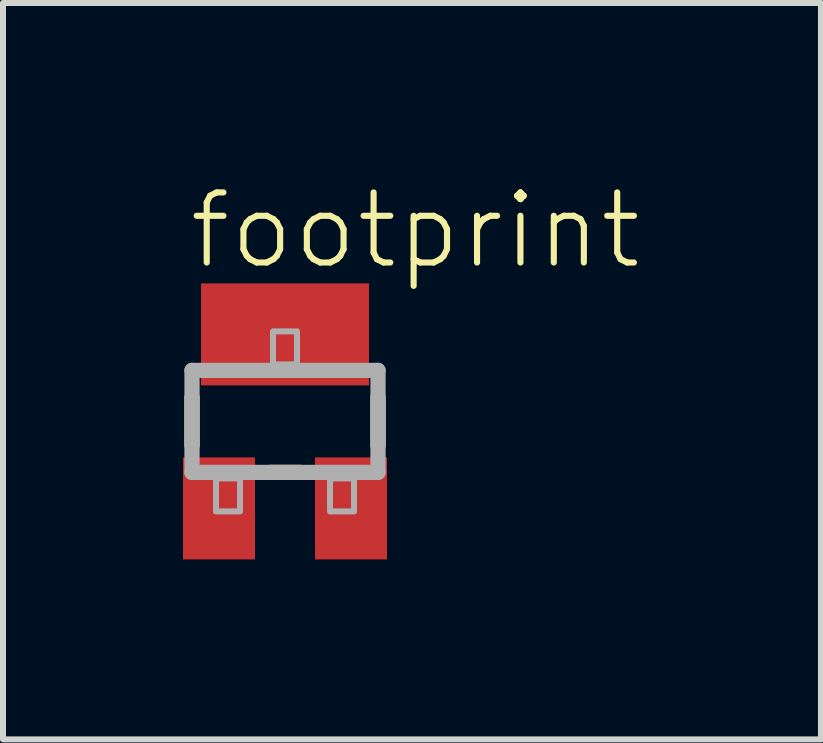
<source format=kicad_pcb>
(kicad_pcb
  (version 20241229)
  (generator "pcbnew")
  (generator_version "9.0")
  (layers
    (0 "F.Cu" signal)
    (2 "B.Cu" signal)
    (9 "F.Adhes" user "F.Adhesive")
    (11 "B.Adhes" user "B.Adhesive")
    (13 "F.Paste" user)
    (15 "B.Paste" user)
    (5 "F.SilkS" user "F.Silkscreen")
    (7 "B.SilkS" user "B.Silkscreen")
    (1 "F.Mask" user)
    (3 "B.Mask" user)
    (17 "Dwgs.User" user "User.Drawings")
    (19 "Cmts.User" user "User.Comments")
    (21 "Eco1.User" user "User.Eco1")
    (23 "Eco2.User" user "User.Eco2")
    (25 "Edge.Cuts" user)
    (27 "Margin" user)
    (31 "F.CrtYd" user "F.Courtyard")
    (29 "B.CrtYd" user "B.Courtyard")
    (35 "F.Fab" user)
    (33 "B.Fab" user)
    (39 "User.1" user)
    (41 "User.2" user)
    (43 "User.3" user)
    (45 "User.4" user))
  (footprint "footprint"
    (layer "F.Cu")
    (at 1.7 3.973)
    (property "Reference" "footprint" (at -1.65 -2.5 0) (layer "F.SilkS") (effects (font (size 1.168 1.168) (thickness 0.102)) (justify left bottom)))
    (fp_line (start -1.55 0.4) (end -1.55 -0.4) (stroke (width 0.254) (type solid)) (layer "F.SilkS"))
    (fp_line (start 0.25 0.85) (end -0.25 0.85) (stroke (width 0.254) (type solid)) (layer "F.SilkS"))
    (fp_line (start 1.55 -0.4) (end 1.55 0.4) (stroke (width 0.254) (type solid)) (layer "F.SilkS"))
    (fp_line (start -1.55 -0.85) (end 1.55 -0.85) (stroke (width 0.254) (type solid)) (layer "F.Fab"))
    (fp_line (start -1.55 0.85) (end -1.55 -0.85) (stroke (width 0.254) (type solid)) (layer "F.Fab"))
    (fp_line (start 1.55 -0.85) (end 1.55 0.85) (stroke (width 0.254) (type solid)) (layer "F.Fab"))
    (fp_line (start 1.55 0.85) (end -1.55 0.85) (stroke (width 0.254) (type solid)) (layer "F.Fab"))
    (fp_poly (pts (xy -1.15 1.5) (xy -0.75 1.5) (xy -0.75 0.95) (xy -1.15 0.95)) (stroke (width 0.1) (type solid)) (fill no) (layer "F.Fab"))
    (fp_poly (pts (xy -0.2 -0.95) (xy 0.2 -0.95) (xy 0.2 -1.5) (xy -0.2 -1.5)) (stroke (width 0.1) (type solid)) (fill no) (layer "F.Fab"))
    (fp_poly (pts (xy 0.75 1.5) (xy 1.15 1.5) (xy 1.15 0.95) (xy 0.75 0.95)) (stroke (width 0.1) (type solid)) (fill no) (layer "F.Fab"))
    (pad "1" smd rect (at -1.1 1.45) (size 1.2 1.7) (layers "F.Cu" "F.Mask" "F.Paste"))
    (pad "2" smd rect (at 1.1 1.45) (size 1.2 1.7) (layers "F.Cu" "F.Mask" "F.Paste"))
    (pad "3" smd rect (at 0 -1.45) (size 2.8 1.7) (layers "F.Cu" "F.Mask" "F.Paste")))
  (gr_rect
    (start -3 -3)
    (end 10.632 9.273)
    (stroke (width 0.1) (type default))
    (fill no)
    (layer "Edge.Cuts")))
</source>
